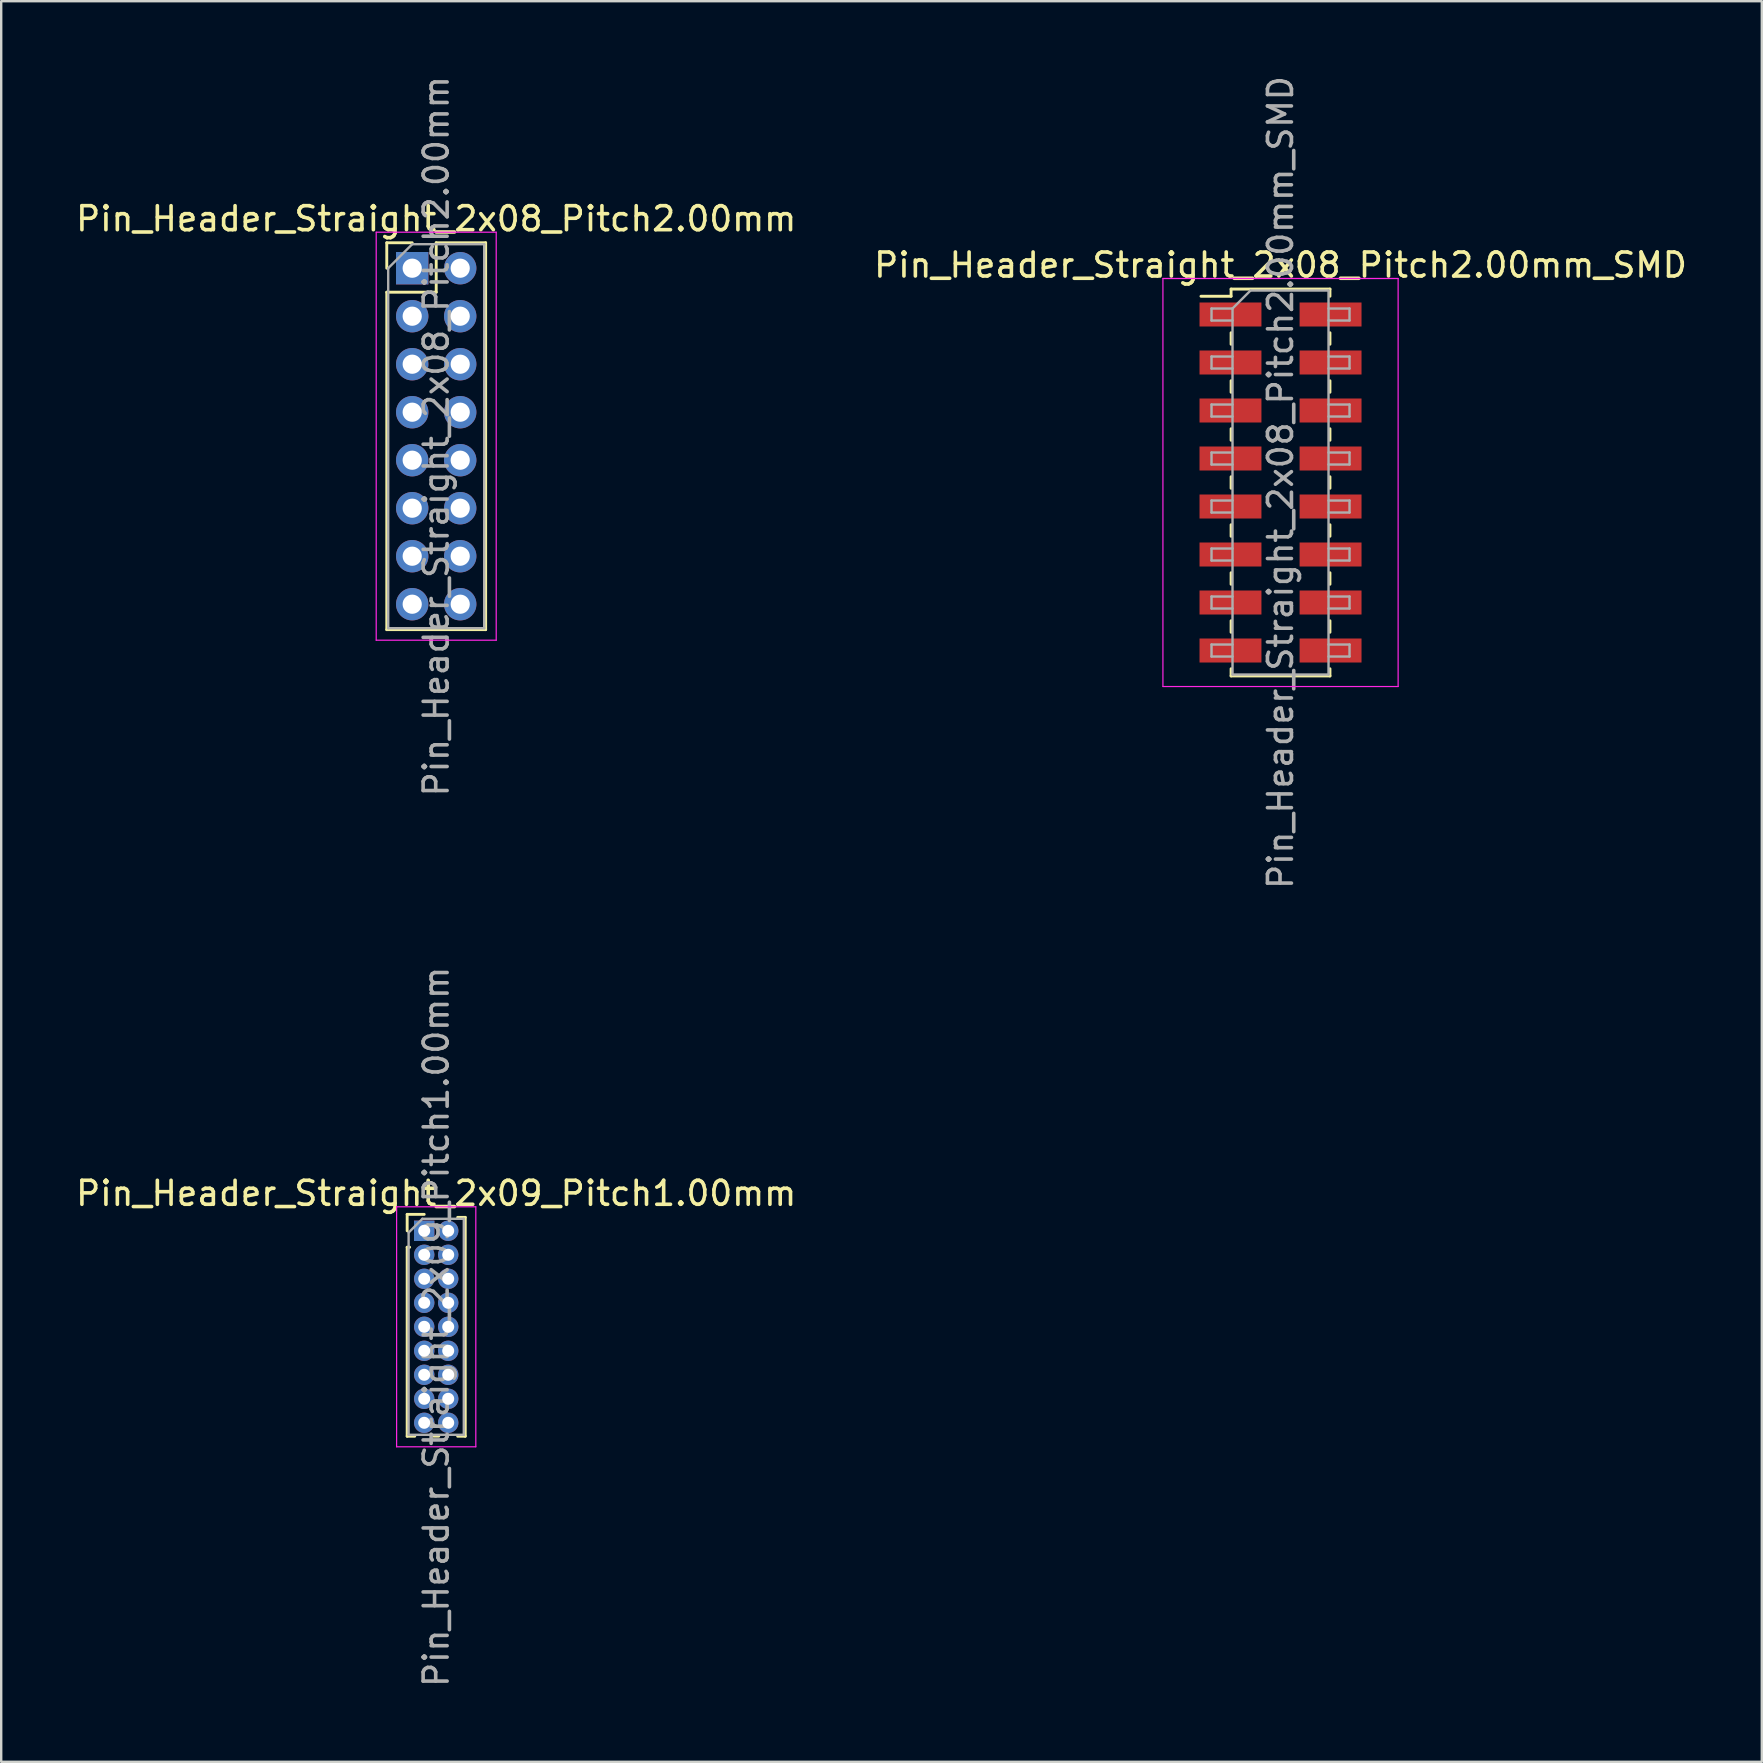
<source format=kicad_pcb>
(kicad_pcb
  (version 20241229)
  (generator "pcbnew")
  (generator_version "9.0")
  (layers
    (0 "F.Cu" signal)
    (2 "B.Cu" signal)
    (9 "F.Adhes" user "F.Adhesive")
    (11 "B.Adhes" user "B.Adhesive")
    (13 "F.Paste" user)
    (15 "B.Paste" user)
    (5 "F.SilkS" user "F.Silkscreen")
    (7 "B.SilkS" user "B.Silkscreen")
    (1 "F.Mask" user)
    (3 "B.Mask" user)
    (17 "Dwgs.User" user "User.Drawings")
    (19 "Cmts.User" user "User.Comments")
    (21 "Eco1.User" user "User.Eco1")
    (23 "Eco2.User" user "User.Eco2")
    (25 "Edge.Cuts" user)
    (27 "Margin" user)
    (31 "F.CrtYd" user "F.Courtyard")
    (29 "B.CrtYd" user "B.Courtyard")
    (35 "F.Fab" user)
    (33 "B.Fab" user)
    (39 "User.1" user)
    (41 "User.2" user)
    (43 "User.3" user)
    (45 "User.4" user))
  (footprint "Pin_Header_Straight_2x08_Pitch2.00mm"
    (layer "F.Cu")
    (at 14.125 8.125)
    (property "Reference" "Pin_Header_Straight_2x08_Pitch2.00mm" (at 1 -2.06 0) (layer "F.SilkS") (effects (font (size 1 1) (thickness 0.15))))
    (attr through_hole)
    (fp_line (start -1.06 -1.06) (end 0 -1.06) (stroke (width 0.12) (type solid)) (layer "F.SilkS"))
    (fp_line (start -1.06 0) (end -1.06 -1.06) (stroke (width 0.12) (type solid)) (layer "F.SilkS"))
    (fp_line (start -1.06 1) (end -1.06 15.06) (stroke (width 0.12) (type solid)) (layer "F.SilkS"))
    (fp_line (start -1.06 1) (end 1 1) (stroke (width 0.12) (type solid)) (layer "F.SilkS"))
    (fp_line (start -1.06 15.06) (end 3.06 15.06) (stroke (width 0.12) (type solid)) (layer "F.SilkS"))
    (fp_line (start 1 -1.06) (end 3.06 -1.06) (stroke (width 0.12) (type solid)) (layer "F.SilkS"))
    (fp_line (start 1 1) (end 1 -1.06) (stroke (width 0.12) (type solid)) (layer "F.SilkS"))
    (fp_line (start 3.06 -1.06) (end 3.06 15.06) (stroke (width 0.12) (type solid)) (layer "F.SilkS"))
    (fp_line (start -1.5 -1.5) (end -1.5 15.5) (stroke (width 0.05) (type solid)) (layer "F.CrtYd"))
    (fp_line (start -1.5 15.5) (end 3.5 15.5) (stroke (width 0.05) (type solid)) (layer "F.CrtYd"))
    (fp_line (start 3.5 -1.5) (end -1.5 -1.5) (stroke (width 0.05) (type solid)) (layer "F.CrtYd"))
    (fp_line (start 3.5 15.5) (end 3.5 -1.5) (stroke (width 0.05) (type solid)) (layer "F.CrtYd"))
    (fp_line (start -1 0) (end 0 -1) (stroke (width 0.1) (type solid)) (layer "F.Fab"))
    (fp_line (start -1 15) (end -1 0) (stroke (width 0.1) (type solid)) (layer "F.Fab"))
    (fp_line (start 0 -1) (end 3 -1) (stroke (width 0.1) (type solid)) (layer "F.Fab"))
    (fp_line (start 3 -1) (end 3 15) (stroke (width 0.1) (type solid)) (layer "F.Fab"))
    (fp_line (start 3 15) (end -1 15) (stroke (width 0.1) (type solid)) (layer "F.Fab"))
    (fp_text user "${REFERENCE}" (at 1 7 90) (layer "F.Fab") (effects (font (size 1 1) (thickness 0.15))))
    (pad "1" thru_hole rect (at 0 0) (size 1.35 1.35) (drill 0.8) (layers "*.Cu" "*.Mask"))
    (pad "2" thru_hole oval (at 2 0) (size 1.35 1.35) (drill 0.8) (layers "*.Cu" "*.Mask"))
    (pad "3" thru_hole oval (at 0 2) (size 1.35 1.35) (drill 0.8) (layers "*.Cu" "*.Mask"))
    (pad "4" thru_hole oval (at 2 2) (size 1.35 1.35) (drill 0.8) (layers "*.Cu" "*.Mask"))
    (pad "5" thru_hole oval (at 0 4) (size 1.35 1.35) (drill 0.8) (layers "*.Cu" "*.Mask"))
    (pad "6" thru_hole oval (at 2 4) (size 1.35 1.35) (drill 0.8) (layers "*.Cu" "*.Mask"))
    (pad "7" thru_hole oval (at 0 6) (size 1.35 1.35) (drill 0.8) (layers "*.Cu" "*.Mask"))
    (pad "8" thru_hole oval (at 2 6) (size 1.35 1.35) (drill 0.8) (layers "*.Cu" "*.Mask"))
    (pad "9" thru_hole oval (at 0 8) (size 1.35 1.35) (drill 0.8) (layers "*.Cu" "*.Mask"))
    (pad "10" thru_hole oval (at 2 8) (size 1.35 1.35) (drill 0.8) (layers "*.Cu" "*.Mask"))
    (pad "11" thru_hole oval (at 0 10) (size 1.35 1.35) (drill 0.8) (layers "*.Cu" "*.Mask"))
    (pad "12" thru_hole oval (at 2 10) (size 1.35 1.35) (drill 0.8) (layers "*.Cu" "*.Mask"))
    (pad "13" thru_hole oval (at 0 12) (size 1.35 1.35) (drill 0.8) (layers "*.Cu" "*.Mask"))
    (pad "14" thru_hole oval (at 2 12) (size 1.35 1.35) (drill 0.8) (layers "*.Cu" "*.Mask"))
    (pad "15" thru_hole oval (at 0 14) (size 1.35 1.35) (drill 0.8) (layers "*.Cu" "*.Mask"))
    (pad "16" thru_hole oval (at 2 14) (size 1.35 1.35) (drill 0.8) (layers "*.Cu" "*.Mask")))
  (footprint "Pin_Header_Straight_2x09_Pitch1.00mm"
    (layer "F.Cu")
    (at 14.625 48.232)
    (property "Reference" "Pin_Header_Straight_2x09_Pitch1.00mm" (at 0.5 -1.56 0) (layer "F.SilkS") (effects (font (size 1 1) (thickness 0.15))))
    (attr through_hole)
    (fp_line (start -0.71 -0.685) (end 0 -0.685) (stroke (width 0.12) (type solid)) (layer "F.SilkS"))
    (fp_line (start -0.71 0) (end -0.71 -0.685) (stroke (width 0.12) (type solid)) (layer "F.SilkS"))
    (fp_line (start -0.71 0.685) (end -0.71 8.56) (stroke (width 0.12) (type solid)) (layer "F.SilkS"))
    (fp_line (start -0.71 0.685) (end -0.608 0.685) (stroke (width 0.12) (type solid)) (layer "F.SilkS"))
    (fp_line (start -0.71 8.56) (end -0.394 8.56) (stroke (width 0.12) (type solid)) (layer "F.SilkS"))
    (fp_line (start 0.394 8.56) (end 0.606 8.56) (stroke (width 0.12) (type solid)) (layer "F.SilkS"))
    (fp_line (start 1.394 -0.56) (end 1.71 -0.56) (stroke (width 0.12) (type solid)) (layer "F.SilkS"))
    (fp_line (start 1.394 8.56) (end 1.71 8.56) (stroke (width 0.12) (type solid)) (layer "F.SilkS"))
    (fp_line (start 1.71 -0.56) (end 1.71 8.56) (stroke (width 0.12) (type solid)) (layer "F.SilkS"))
    (fp_line (start -1.15 -1) (end -1.15 9) (stroke (width 0.05) (type solid)) (layer "F.CrtYd"))
    (fp_line (start -1.15 9) (end 2.15 9) (stroke (width 0.05) (type solid)) (layer "F.CrtYd"))
    (fp_line (start 2.15 -1) (end -1.15 -1) (stroke (width 0.05) (type solid)) (layer "F.CrtYd"))
    (fp_line (start 2.15 9) (end 2.15 -1) (stroke (width 0.05) (type solid)) (layer "F.CrtYd"))
    (fp_line (start -0.65 0.075) (end -0.075 -0.5) (stroke (width 0.1) (type solid)) (layer "F.Fab"))
    (fp_line (start -0.65 8.5) (end -0.65 0.075) (stroke (width 0.1) (type solid)) (layer "F.Fab"))
    (fp_line (start -0.075 -0.5) (end 1.65 -0.5) (stroke (width 0.1) (type solid)) (layer "F.Fab"))
    (fp_line (start 1.65 -0.5) (end 1.65 8.5) (stroke (width 0.1) (type solid)) (layer "F.Fab"))
    (fp_line (start 1.65 8.5) (end -0.65 8.5) (stroke (width 0.1) (type solid)) (layer "F.Fab"))
    (fp_text user "${REFERENCE}" (at 0.5 4 90) (layer "F.Fab") (effects (font (size 1 1) (thickness 0.15))))
    (pad "1" thru_hole rect (at 0 0) (size 0.85 0.85) (drill 0.5) (layers "*.Cu" "*.Mask"))
    (pad "2" thru_hole oval (at 1 0) (size 0.85 0.85) (drill 0.5) (layers "*.Cu" "*.Mask"))
    (pad "3" thru_hole oval (at 0 1) (size 0.85 0.85) (drill 0.5) (layers "*.Cu" "*.Mask"))
    (pad "4" thru_hole oval (at 1 1) (size 0.85 0.85) (drill 0.5) (layers "*.Cu" "*.Mask"))
    (pad "5" thru_hole oval (at 0 2) (size 0.85 0.85) (drill 0.5) (layers "*.Cu" "*.Mask"))
    (pad "6" thru_hole oval (at 1 2) (size 0.85 0.85) (drill 0.5) (layers "*.Cu" "*.Mask"))
    (pad "7" thru_hole oval (at 0 3) (size 0.85 0.85) (drill 0.5) (layers "*.Cu" "*.Mask"))
    (pad "8" thru_hole oval (at 1 3) (size 0.85 0.85) (drill 0.5) (layers "*.Cu" "*.Mask"))
    (pad "9" thru_hole oval (at 0 4) (size 0.85 0.85) (drill 0.5) (layers "*.Cu" "*.Mask"))
    (pad "10" thru_hole oval (at 1 4) (size 0.85 0.85) (drill 0.5) (layers "*.Cu" "*.Mask"))
    (pad "11" thru_hole oval (at 0 5) (size 0.85 0.85) (drill 0.5) (layers "*.Cu" "*.Mask"))
    (pad "12" thru_hole oval (at 1 5) (size 0.85 0.85) (drill 0.5) (layers "*.Cu" "*.Mask"))
    (pad "13" thru_hole oval (at 0 6) (size 0.85 0.85) (drill 0.5) (layers "*.Cu" "*.Mask"))
    (pad "14" thru_hole oval (at 1 6) (size 0.85 0.85) (drill 0.5) (layers "*.Cu" "*.Mask"))
    (pad "15" thru_hole oval (at 0 7) (size 0.85 0.85) (drill 0.5) (layers "*.Cu" "*.Mask"))
    (pad "16" thru_hole oval (at 1 7) (size 0.85 0.85) (drill 0.5) (layers "*.Cu" "*.Mask"))
    (pad "17" thru_hole oval (at 0 8) (size 0.85 0.85) (drill 0.5) (layers "*.Cu" "*.Mask"))
    (pad "18" thru_hole oval (at 1 8) (size 0.85 0.85) (drill 0.5) (layers "*.Cu" "*.Mask")))
  (footprint "Pin_Header_Straight_2x08_Pitch2.00mm_SMD"
    (layer "F.Cu")
    (at 50.304 17.054)
    (property "Reference" "Pin_Header_Straight_2x08_Pitch2.00mm_SMD" (at 0 -9.06 0) (layer "F.SilkS") (effects (font (size 1 1) (thickness 0.15))))
    (attr smd)
    (fp_line (start -3.315 -7.76) (end -2.06 -7.76) (stroke (width 0.12) (type solid)) (layer "F.SilkS"))
    (fp_line (start -2.06 -8.06) (end -2.06 -7.76) (stroke (width 0.12) (type solid)) (layer "F.SilkS"))
    (fp_line (start -2.06 -8.06) (end 2.06 -8.06) (stroke (width 0.12) (type solid)) (layer "F.SilkS"))
    (fp_line (start -2.06 -6.24) (end -2.06 -5.76) (stroke (width 0.12) (type solid)) (layer "F.SilkS"))
    (fp_line (start -2.06 -4.24) (end -2.06 -3.76) (stroke (width 0.12) (type solid)) (layer "F.SilkS"))
    (fp_line (start -2.06 -2.24) (end -2.06 -1.76) (stroke (width 0.12) (type solid)) (layer "F.SilkS"))
    (fp_line (start -2.06 -0.24) (end -2.06 0.24) (stroke (width 0.12) (type solid)) (layer "F.SilkS"))
    (fp_line (start -2.06 1.76) (end -2.06 2.24) (stroke (width 0.12) (type solid)) (layer "F.SilkS"))
    (fp_line (start -2.06 3.76) (end -2.06 4.24) (stroke (width 0.12) (type solid)) (layer "F.SilkS"))
    (fp_line (start -2.06 5.76) (end -2.06 6.24) (stroke (width 0.12) (type solid)) (layer "F.SilkS"))
    (fp_line (start -2.06 7.76) (end -2.06 8.06) (stroke (width 0.12) (type solid)) (layer "F.SilkS"))
    (fp_line (start -2.06 8.06) (end 2.06 8.06) (stroke (width 0.12) (type solid)) (layer "F.SilkS"))
    (fp_line (start 2.06 -8.06) (end 2.06 -7.76) (stroke (width 0.12) (type solid)) (layer "F.SilkS"))
    (fp_line (start 2.06 -6.24) (end 2.06 -5.76) (stroke (width 0.12) (type solid)) (layer "F.SilkS"))
    (fp_line (start 2.06 -4.24) (end 2.06 -3.76) (stroke (width 0.12) (type solid)) (layer "F.SilkS"))
    (fp_line (start 2.06 -2.24) (end 2.06 -1.76) (stroke (width 0.12) (type solid)) (layer "F.SilkS"))
    (fp_line (start 2.06 -0.24) (end 2.06 0.24) (stroke (width 0.12) (type solid)) (layer "F.SilkS"))
    (fp_line (start 2.06 1.76) (end 2.06 2.24) (stroke (width 0.12) (type solid)) (layer "F.SilkS"))
    (fp_line (start 2.06 3.76) (end 2.06 4.24) (stroke (width 0.12) (type solid)) (layer "F.SilkS"))
    (fp_line (start 2.06 5.76) (end 2.06 6.24) (stroke (width 0.12) (type solid)) (layer "F.SilkS"))
    (fp_line (start 2.06 7.76) (end 2.06 8.06) (stroke (width 0.12) (type solid)) (layer "F.SilkS"))
    (fp_line (start -4.9 -8.5) (end -4.9 8.5) (stroke (width 0.05) (type solid)) (layer "F.CrtYd"))
    (fp_line (start -4.9 8.5) (end 4.9 8.5) (stroke (width 0.05) (type solid)) (layer "F.CrtYd"))
    (fp_line (start 4.9 -8.5) (end -4.9 -8.5) (stroke (width 0.05) (type solid)) (layer "F.CrtYd"))
    (fp_line (start 4.9 8.5) (end 4.9 -8.5) (stroke (width 0.05) (type solid)) (layer "F.CrtYd"))
    (fp_line (start -2.875 -7.25) (end -2.875 -6.75) (stroke (width 0.1) (type solid)) (layer "F.Fab"))
    (fp_line (start -2.875 -6.75) (end -2 -6.75) (stroke (width 0.1) (type solid)) (layer "F.Fab"))
    (fp_line (start -2.875 -5.25) (end -2.875 -4.75) (stroke (width 0.1) (type solid)) (layer "F.Fab"))
    (fp_line (start -2.875 -4.75) (end -2 -4.75) (stroke (width 0.1) (type solid)) (layer "F.Fab"))
    (fp_line (start -2.875 -3.25) (end -2.875 -2.75) (stroke (width 0.1) (type solid)) (layer "F.Fab"))
    (fp_line (start -2.875 -2.75) (end -2 -2.75) (stroke (width 0.1) (type solid)) (layer "F.Fab"))
    (fp_line (start -2.875 -1.25) (end -2.875 -0.75) (stroke (width 0.1) (type solid)) (layer "F.Fab"))
    (fp_line (start -2.875 -0.75) (end -2 -0.75) (stroke (width 0.1) (type solid)) (layer "F.Fab"))
    (fp_line (start -2.875 0.75) (end -2.875 1.25) (stroke (width 0.1) (type solid)) (layer "F.Fab"))
    (fp_line (start -2.875 1.25) (end -2 1.25) (stroke (width 0.1) (type solid)) (layer "F.Fab"))
    (fp_line (start -2.875 2.75) (end -2.875 3.25) (stroke (width 0.1) (type solid)) (layer "F.Fab"))
    (fp_line (start -2.875 3.25) (end -2 3.25) (stroke (width 0.1) (type solid)) (layer "F.Fab"))
    (fp_line (start -2.875 4.75) (end -2.875 5.25) (stroke (width 0.1) (type solid)) (layer "F.Fab"))
    (fp_line (start -2.875 5.25) (end -2 5.25) (stroke (width 0.1) (type solid)) (layer "F.Fab"))
    (fp_line (start -2.875 6.75) (end -2.875 7.25) (stroke (width 0.1) (type solid)) (layer "F.Fab"))
    (fp_line (start -2.875 7.25) (end -2 7.25) (stroke (width 0.1) (type solid)) (layer "F.Fab"))
    (fp_line (start -2 -7.25) (end -2.875 -7.25) (stroke (width 0.1) (type solid)) (layer "F.Fab"))
    (fp_line (start -2 -7.25) (end -1.25 -8) (stroke (width 0.1) (type solid)) (layer "F.Fab"))
    (fp_line (start -2 -5.25) (end -2.875 -5.25) (stroke (width 0.1) (type solid)) (layer "F.Fab"))
    (fp_line (start -2 -3.25) (end -2.875 -3.25) (stroke (width 0.1) (type solid)) (layer "F.Fab"))
    (fp_line (start -2 -1.25) (end -2.875 -1.25) (stroke (width 0.1) (type solid)) (layer "F.Fab"))
    (fp_line (start -2 0.75) (end -2.875 0.75) (stroke (width 0.1) (type solid)) (layer "F.Fab"))
    (fp_line (start -2 2.75) (end -2.875 2.75) (stroke (width 0.1) (type solid)) (layer "F.Fab"))
    (fp_line (start -2 4.75) (end -2.875 4.75) (stroke (width 0.1) (type solid)) (layer "F.Fab"))
    (fp_line (start -2 6.75) (end -2.875 6.75) (stroke (width 0.1) (type solid)) (layer "F.Fab"))
    (fp_line (start -2 8) (end -2 -7.25) (stroke (width 0.1) (type solid)) (layer "F.Fab"))
    (fp_line (start -1.25 -8) (end 2 -8) (stroke (width 0.1) (type solid)) (layer "F.Fab"))
    (fp_line (start 2 -8) (end 2 8) (stroke (width 0.1) (type solid)) (layer "F.Fab"))
    (fp_line (start 2 -7.25) (end 2.875 -7.25) (stroke (width 0.1) (type solid)) (layer "F.Fab"))
    (fp_line (start 2 -5.25) (end 2.875 -5.25) (stroke (width 0.1) (type solid)) (layer "F.Fab"))
    (fp_line (start 2 -3.25) (end 2.875 -3.25) (stroke (width 0.1) (type solid)) (layer "F.Fab"))
    (fp_line (start 2 -1.25) (end 2.875 -1.25) (stroke (width 0.1) (type solid)) (layer "F.Fab"))
    (fp_line (start 2 0.75) (end 2.875 0.75) (stroke (width 0.1) (type solid)) (layer "F.Fab"))
    (fp_line (start 2 2.75) (end 2.875 2.75) (stroke (width 0.1) (type solid)) (layer "F.Fab"))
    (fp_line (start 2 4.75) (end 2.875 4.75) (stroke (width 0.1) (type solid)) (layer "F.Fab"))
    (fp_line (start 2 6.75) (end 2.875 6.75) (stroke (width 0.1) (type solid)) (layer "F.Fab"))
    (fp_line (start 2 8) (end -2 8) (stroke (width 0.1) (type solid)) (layer "F.Fab"))
    (fp_line (start 2.875 -7.25) (end 2.875 -6.75) (stroke (width 0.1) (type solid)) (layer "F.Fab"))
    (fp_line (start 2.875 -6.75) (end 2 -6.75) (stroke (width 0.1) (type solid)) (layer "F.Fab"))
    (fp_line (start 2.875 -5.25) (end 2.875 -4.75) (stroke (width 0.1) (type solid)) (layer "F.Fab"))
    (fp_line (start 2.875 -4.75) (end 2 -4.75) (stroke (width 0.1) (type solid)) (layer "F.Fab"))
    (fp_line (start 2.875 -3.25) (end 2.875 -2.75) (stroke (width 0.1) (type solid)) (layer "F.Fab"))
    (fp_line (start 2.875 -2.75) (end 2 -2.75) (stroke (width 0.1) (type solid)) (layer "F.Fab"))
    (fp_line (start 2.875 -1.25) (end 2.875 -0.75) (stroke (width 0.1) (type solid)) (layer "F.Fab"))
    (fp_line (start 2.875 -0.75) (end 2 -0.75) (stroke (width 0.1) (type solid)) (layer "F.Fab"))
    (fp_line (start 2.875 0.75) (end 2.875 1.25) (stroke (width 0.1) (type solid)) (layer "F.Fab"))
    (fp_line (start 2.875 1.25) (end 2 1.25) (stroke (width 0.1) (type solid)) (layer "F.Fab"))
    (fp_line (start 2.875 2.75) (end 2.875 3.25) (stroke (width 0.1) (type solid)) (layer "F.Fab"))
    (fp_line (start 2.875 3.25) (end 2 3.25) (stroke (width 0.1) (type solid)) (layer "F.Fab"))
    (fp_line (start 2.875 4.75) (end 2.875 5.25) (stroke (width 0.1) (type solid)) (layer "F.Fab"))
    (fp_line (start 2.875 5.25) (end 2 5.25) (stroke (width 0.1) (type solid)) (layer "F.Fab"))
    (fp_line (start 2.875 6.75) (end 2.875 7.25) (stroke (width 0.1) (type solid)) (layer "F.Fab"))
    (fp_line (start 2.875 7.25) (end 2 7.25) (stroke (width 0.1) (type solid)) (layer "F.Fab"))
    (fp_text user "${REFERENCE}" (at 0 0 90) (layer "F.Fab") (effects (font (size 1 1) (thickness 0.15))))
    (pad "1" smd rect (at -2.085 -7) (size 2.58 1) (layers "F.Cu" "F.Mask" "F.Paste"))
    (pad "2" smd rect (at 2.085 -7) (size 2.58 1) (layers "F.Cu" "F.Mask" "F.Paste"))
    (pad "3" smd rect (at -2.085 -5) (size 2.58 1) (layers "F.Cu" "F.Mask" "F.Paste"))
    (pad "4" smd rect (at 2.085 -5) (size 2.58 1) (layers "F.Cu" "F.Mask" "F.Paste"))
    (pad "5" smd rect (at -2.085 -3) (size 2.58 1) (layers "F.Cu" "F.Mask" "F.Paste"))
    (pad "6" smd rect (at 2.085 -3) (size 2.58 1) (layers "F.Cu" "F.Mask" "F.Paste"))
    (pad "7" smd rect (at -2.085 -1) (size 2.58 1) (layers "F.Cu" "F.Mask" "F.Paste"))
    (pad "8" smd rect (at 2.085 -1) (size 2.58 1) (layers "F.Cu" "F.Mask" "F.Paste"))
    (pad "9" smd rect (at -2.085 1) (size 2.58 1) (layers "F.Cu" "F.Mask" "F.Paste"))
    (pad "10" smd rect (at 2.085 1) (size 2.58 1) (layers "F.Cu" "F.Mask" "F.Paste"))
    (pad "11" smd rect (at -2.085 3) (size 2.58 1) (layers "F.Cu" "F.Mask" "F.Paste"))
    (pad "12" smd rect (at 2.085 3) (size 2.58 1) (layers "F.Cu" "F.Mask" "F.Paste"))
    (pad "13" smd rect (at -2.085 5) (size 2.58 1) (layers "F.Cu" "F.Mask" "F.Paste"))
    (pad "14" smd rect (at 2.085 5) (size 2.58 1) (layers "F.Cu" "F.Mask" "F.Paste"))
    (pad "15" smd rect (at -2.085 7) (size 2.58 1) (layers "F.Cu" "F.Mask" "F.Paste"))
    (pad "16" smd rect (at 2.085 7) (size 2.58 1) (layers "F.Cu" "F.Mask" "F.Paste")))
  (gr_rect
    (start -3 -3)
    (end 70.357 70.357)
    (stroke (width 0.1) (type default))
    (fill no)
    (layer "Edge.Cuts")))
</source>
